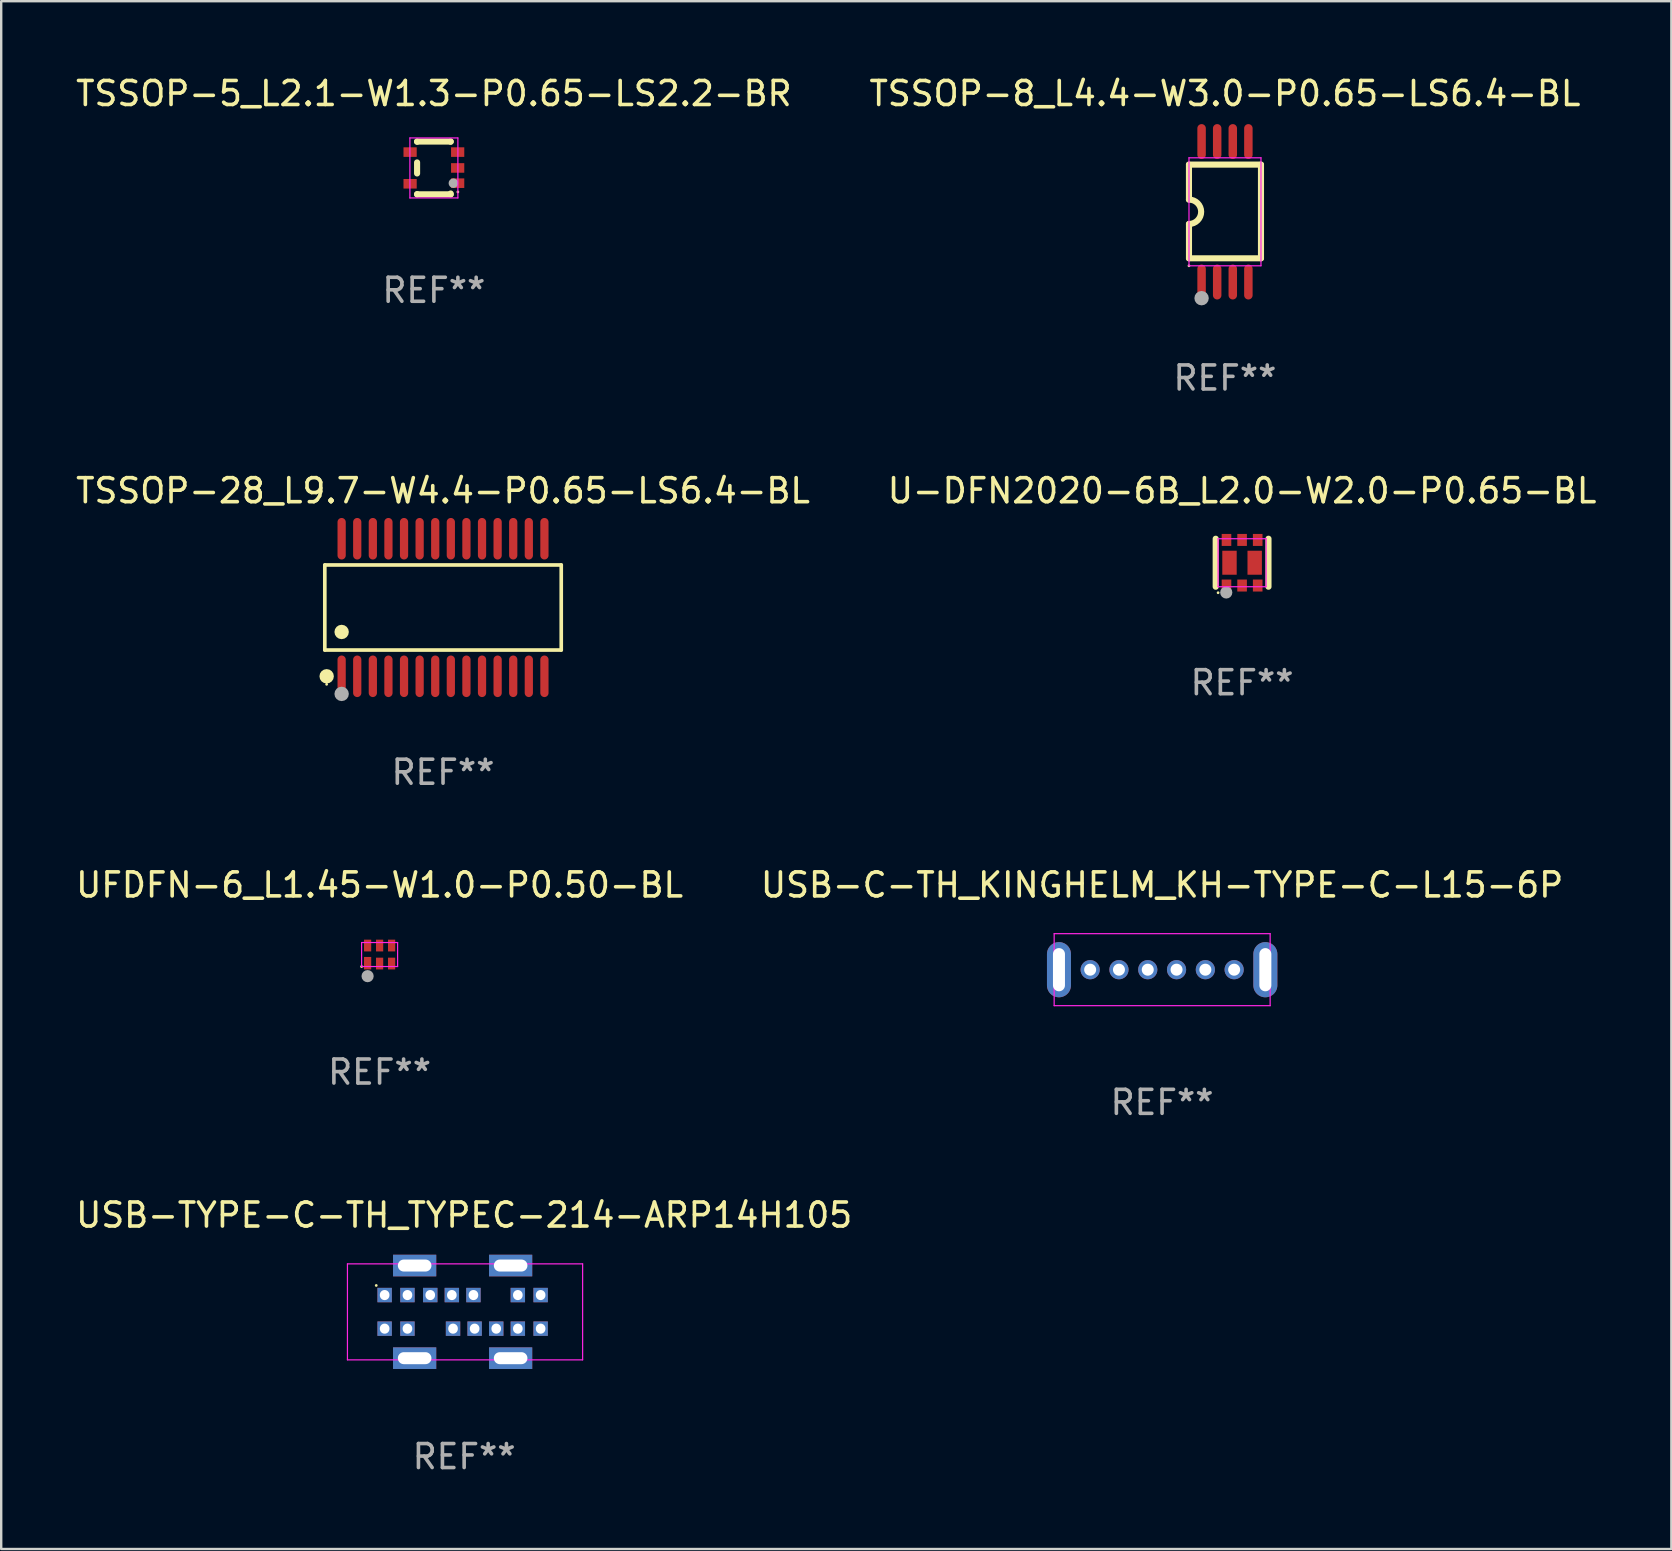
<source format=kicad_pcb>
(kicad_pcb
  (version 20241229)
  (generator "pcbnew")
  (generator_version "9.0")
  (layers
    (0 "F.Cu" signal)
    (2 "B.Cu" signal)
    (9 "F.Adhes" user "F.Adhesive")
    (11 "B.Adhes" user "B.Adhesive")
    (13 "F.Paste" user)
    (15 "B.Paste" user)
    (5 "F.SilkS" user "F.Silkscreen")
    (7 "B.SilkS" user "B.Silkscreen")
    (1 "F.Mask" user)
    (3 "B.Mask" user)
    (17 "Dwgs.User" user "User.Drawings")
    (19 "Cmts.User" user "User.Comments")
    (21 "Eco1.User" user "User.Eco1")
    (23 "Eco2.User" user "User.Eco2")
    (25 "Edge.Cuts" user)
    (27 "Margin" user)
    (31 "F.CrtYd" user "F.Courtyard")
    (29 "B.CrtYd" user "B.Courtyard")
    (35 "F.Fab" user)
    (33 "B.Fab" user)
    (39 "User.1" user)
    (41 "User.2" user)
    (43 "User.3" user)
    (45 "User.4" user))
  (footprint "TSSOP-5_L2.1-W1.3-P0.65-LS2.2-BR"
    (layer "F.Cu")
    (at 15.03 3.948)
    (property "Reference" "TSSOP-5_L2.1-W1.3-P0.65-LS2.2-BR" (at 0 -3.1 0) (layer "F.SilkS") (effects (font (size 1 1) (thickness 0.15))))
    (attr smd)
    (fp_line (start -0.7 -1.1) (end 0.7 -1.1) (stroke (width 0.254) (type solid)) (layer "F.SilkS"))
    (fp_line (start -0.7 -1.091) (end -0.7 -1.1) (stroke (width 0.254) (type solid)) (layer "F.SilkS"))
    (fp_line (start -0.7 0.23) (end -0.7 -0.23) (stroke (width 0.254) (type solid)) (layer "F.SilkS"))
    (fp_line (start -0.7 1.1) (end -0.7 1.09) (stroke (width 0.254) (type solid)) (layer "F.SilkS"))
    (fp_line (start -0.7 1.1) (end 0.7 1.1) (stroke (width 0.254) (type solid)) (layer "F.SilkS"))
    (fp_line (start 0.7 -1.091) (end 0.7 -1.1) (stroke (width 0.254) (type solid)) (layer "F.SilkS"))
    (fp_line (start 0.7 1.1) (end 0.7 1.065) (stroke (width 0.254) (type solid)) (layer "F.SilkS"))
    (fp_circle (center 1 1) (end 1.03 1) (stroke (width 0.06) (type solid)) (fill no) (layer "F.SilkS"))
    (fp_line (start -1 -1.25) (end 1 -1.25) (stroke (width 0.05) (type default)) (layer "F.CrtYd"))
    (fp_line (start -1 1.25) (end -1 -1.25) (stroke (width 0.05) (type default)) (layer "F.CrtYd"))
    (fp_line (start 1 -1.25) (end 1 1.25) (stroke (width 0.05) (type default)) (layer "F.CrtYd"))
    (fp_line (start 1 1.25) (end -1 1.25) (stroke (width 0.05) (type default)) (layer "F.CrtYd"))
    (fp_circle (center 0.813 0.635) (end 0.913 0.635) (stroke (width 0.2) (type solid)) (fill no) (layer "F.Fab"))
    (fp_text user "REF**" (at 0 5.1 0) (layer "F.Fab") (effects (font (size 1 1) (thickness 0.15))))
    (pad "1" smd rect (at 0.991 0.635 270) (size 0.399 0.551) (layers "F.Cu" "F.Mask" "F.Paste"))
    (pad "2" smd rect (at 0.991 0 270) (size 0.399 0.551) (layers "F.Cu" "F.Mask" "F.Paste"))
    (pad "3" smd rect (at 0.991 -0.66 270) (size 0.399 0.551) (layers "F.Cu" "F.Mask" "F.Paste"))
    (pad "4" smd rect (at -0.991 -0.66 270) (size 0.399 0.551) (layers "F.Cu" "F.Mask" "F.Paste"))
    (pad "5" smd rect (at -0.991 0.66 270) (size 0.399 0.551) (layers "F.Cu" "F.Mask" "F.Paste")))
  (footprint "TSSOP-8_L4.4-W3.0-P0.65-LS6.4-BL"
    (layer "F.Cu")
    (at 47.995 5.775)
    (property "Reference" "TSSOP-8_L4.4-W3.0-P0.65-LS6.4-BL" (at -0.001 -4.927 0) (layer "F.SilkS") (effects (font (size 1 1) (thickness 0.15))))
    (attr smd)
    (fp_line (start -1.501 -0.508) (end -1.501 -1.966) (stroke (width 0.254) (type solid)) (layer "F.SilkS"))
    (fp_line (start -1.5 -1.966) (end 1.5 -1.966) (stroke (width 0.254) (type solid)) (layer "F.SilkS"))
    (fp_line (start -1.5 0.508) (end -1.5 1.938) (stroke (width 0.254) (type solid)) (layer "F.SilkS"))
    (fp_line (start -1.5 1.938) (end 1.5 1.938) (stroke (width 0.254) (type solid)) (layer "F.SilkS"))
    (fp_line (start 1.5 -1.966) (end 1.5 1.938) (stroke (width 0.254) (type solid)) (layer "F.SilkS"))
    (fp_arc (start -1.501143 -0.508001) (mid -0.992571 -0.000571) (end -1.500001 0.508001) (stroke (width 0.254001) (type solid)) (layer "F.SilkS"))
    (fp_circle (center -1.5 2.25) (end -1.47 2.25) (stroke (width 0.06) (type solid)) (fill no) (layer "F.SilkS"))
    (fp_line (start -1.5 -2.25) (end 1.5 -2.25) (stroke (width 0.05) (type default)) (layer "F.CrtYd"))
    (fp_line (start -1.5 2.25) (end -1.5 -2.25) (stroke (width 0.05) (type default)) (layer "F.CrtYd"))
    (fp_line (start 1.5 -2.25) (end 1.5 2.25) (stroke (width 0.05) (type default)) (layer "F.CrtYd"))
    (fp_line (start 1.5 2.25) (end -1.5 2.25) (stroke (width 0.05) (type default)) (layer "F.CrtYd"))
    (fp_circle (center -0.975 3.6) (end -0.825 3.6) (stroke (width 0.3) (type solid)) (fill no) (layer "F.Fab"))
    (fp_text user "REF**" (at -0.001 6.927 0) (layer "F.Fab") (effects (font (size 1 1) (thickness 0.15))))
    (pad "1" smd oval (at -0.975 2.927) (size 0.353 1.454) (layers "F.Cu" "F.Mask" "F.Paste"))
    (pad "2" smd oval (at -0.325 2.927) (size 0.353 1.454) (layers "F.Cu" "F.Mask" "F.Paste"))
    (pad "3" smd oval (at 0.325 2.927) (size 0.353 1.454) (layers "F.Cu" "F.Mask" "F.Paste"))
    (pad "4" smd oval (at 0.975 2.927) (size 0.353 1.454) (layers "F.Cu" "F.Mask" "F.Paste"))
    (pad "5" smd oval (at 0.975 -2.927) (size 0.353 1.454) (layers "F.Cu" "F.Mask" "F.Paste"))
    (pad "6" smd oval (at 0.325 -2.927) (size 0.353 1.454) (layers "F.Cu" "F.Mask" "F.Paste"))
    (pad "7" smd oval (at -0.325 -2.927) (size 0.353 1.454) (layers "F.Cu" "F.Mask" "F.Paste"))
    (pad "8" smd oval (at -0.975 -2.927) (size 0.353 1.454) (layers "F.Cu" "F.Mask" "F.Paste")))
  (footprint "USB-C-TH_KINGHELM_KH-TYPE-C-L15-6P"
    (layer "F.Cu")
    (at 45.377 37.357)
    (property "Reference" "USB-C-TH_KINGHELM_KH-TYPE-C-L15-6P" (at -0.003 -3.53 0) (layer "F.SilkS") (effects (font (size 1 1) (thickness 0.15))))
    (attr through_hole)
    (fp_line (start -4.5 -1.5) (end 4.5 -1.5) (stroke (width 0.05) (type default)) (layer "F.CrtYd"))
    (fp_line (start -4.5 1.5) (end -4.5 -1.5) (stroke (width 0.05) (type default)) (layer "F.CrtYd"))
    (fp_line (start 4.5 -1.5) (end 4.5 1.5) (stroke (width 0.05) (type default)) (layer "F.CrtYd"))
    (fp_line (start 4.5 1.5) (end -4.5 1.5) (stroke (width 0.05) (type default)) (layer "F.CrtYd"))
    (fp_text user "REF**" (at -0.003 5.53 0) (layer "F.Fab") (effects (font (size 1 1) (thickness 0.15))))
    (pad "7" thru_hole oval (at 4.3 0) (size 1 2.3) (drill oval 0.5 1.8) (layers "*.Cu" "*.Mask"))
    (pad "8" thru_hole oval (at -4.3 0) (size 1 2.3) (drill oval 0.5 1.8) (layers "*.Cu" "*.Mask"))
    (pad "A5" thru_hole circle (at -0.6 0) (size 0.8 0.8) (drill 0.5) (layers "*.Cu" "*.Mask"))
    (pad "A9" thru_hole circle (at 1.8 0) (size 0.8 0.8) (drill 0.5) (layers "*.Cu" "*.Mask"))
    (pad "A12" thru_hole circle (at 3 0) (size 0.8 0.8) (drill 0.5) (layers "*.Cu" "*.Mask"))
    (pad "B5" thru_hole circle (at 0.6 0) (size 0.8 0.8) (drill 0.5) (layers "*.Cu" "*.Mask"))
    (pad "B9" thru_hole circle (at -1.8 0) (size 0.8 0.8) (drill 0.5) (layers "*.Cu" "*.Mask"))
    (pad "B12" thru_hole circle (at -3 0) (size 0.8 0.8) (drill 0.5) (layers "*.Cu" "*.Mask")))
  (footprint "U-DFN2020-6B_L2.0-W2.0-P0.65-BL"
    (layer "F.Cu")
    (at 48.708 20.399)
    (property "Reference" "U-DFN2020-6B_L2.0-W2.0-P0.65-BL" (at -0.000025 -3 0) (layer "F.SilkS") (effects (font (size 1 1) (thickness 0.15))))
    (attr smd)
    (fp_line (start -1.1 -1) (end -1.1 1) (stroke (width 0.254) (type solid)) (layer "F.SilkS"))
    (fp_line (start 1.1 -1) (end 1.1 1) (stroke (width 0.254) (type solid)) (layer "F.SilkS"))
    (fp_circle (center -1 1.25) (end -0.97 1.25) (stroke (width 0.06) (type solid)) (fill no) (layer "F.SilkS"))
    (fp_line (start -1 -1) (end -1 1) (stroke (width 0.05) (type default)) (layer "F.CrtYd"))
    (fp_line (start -1 1) (end 1 1) (stroke (width 0.05) (type default)) (layer "F.CrtYd"))
    (fp_line (start 1 -1) (end -1 -1) (stroke (width 0.05) (type default)) (layer "F.CrtYd"))
    (fp_line (start 1 1) (end 1 -1) (stroke (width 0.05) (type default)) (layer "F.CrtYd"))
    (fp_circle (center -0.66 1.24) (end -0.533 1.24) (stroke (width 0.254) (type solid)) (fill no) (layer "F.Fab"))
    (fp_text user "REF**" (at -0.000025 5 0) (layer "F.Fab") (effects (font (size 1 1) (thickness 0.15))))
    (pad "1" smd rect (at -0.65 0.95 180) (size 0.4 0.5) (layers "F.Cu" "F.Mask" "F.Paste"))
    (pad "2" smd rect (at 0.000102 0.95 180) (size 0.4 0.5) (layers "F.Cu" "F.Mask" "F.Paste"))
    (pad "3" smd rect (at 0.525 0 180) (size 0.6 1) (layers "F.Cu" "F.Mask" "F.Paste"))
    (pad "3" smd rect (at 0.65 0.95 180) (size 0.4 0.5) (layers "F.Cu" "F.Mask" "F.Paste"))
    (pad "4" smd rect (at 0.65 -0.95 180) (size 0.4 0.5) (layers "F.Cu" "F.Mask" "F.Paste"))
    (pad "5" smd rect (at 0.000102 -0.95 180) (size 0.4 0.5) (layers "F.Cu" "F.Mask" "F.Paste"))
    (pad "6" smd rect (at -0.65 -0.95 180) (size 0.4 0.5) (layers "F.Cu" "F.Mask" "F.Paste"))
    (pad "6" smd rect (at -0.525 0 180) (size 0.6 1) (layers "F.Cu" "F.Mask" "F.Paste")))
  (footprint "UFDFN-6_L1.45-W1.0-P0.50-BL"
    (layer "F.Cu")
    (at 12.768 36.726)
    (property "Reference" "UFDFN-6_L1.45-W1.0-P0.50-BL" (at 0 -2.899 0) (layer "F.SilkS") (effects (font (size 1 1) (thickness 0.15))))
    (attr smd)
    (fp_circle (center -0.75 0.5) (end -0.72 0.5) (stroke (width 0.06) (type solid)) (fill no) (layer "F.SilkS"))
    (fp_line (start -0.75 -0.5) (end -0.75 0.5) (stroke (width 0.05) (type default)) (layer "F.CrtYd"))
    (fp_line (start -0.75 0.5) (end 0.75 0.5) (stroke (width 0.05) (type default)) (layer "F.CrtYd"))
    (fp_line (start 0.75 -0.5) (end -0.75 -0.5) (stroke (width 0.05) (type default)) (layer "F.CrtYd"))
    (fp_line (start 0.75 0.5) (end 0.75 -0.5) (stroke (width 0.05) (type default)) (layer "F.CrtYd"))
    (fp_circle (center -0.5 0.9) (end -0.373 0.9) (stroke (width 0.254) (type solid)) (fill no) (layer "F.Fab"))
    (fp_text user "REF**" (at 0 4.899 0) (layer "F.Fab") (effects (font (size 1 1) (thickness 0.15))))
    (pad "1" smd rect (at -0.5 0.36 90) (size 0.52 0.3) (layers "F.Cu" "F.Mask" "F.Paste"))
    (pad "2" smd rect (at 0 0.375 90) (size 0.49 0.3) (layers "F.Cu" "F.Mask" "F.Paste"))
    (pad "3" smd rect (at 0.5 0.375 90) (size 0.49 0.3) (layers "F.Cu" "F.Mask" "F.Paste"))
    (pad "4" smd rect (at 0.5 -0.375 90) (size 0.49 0.3) (layers "F.Cu" "F.Mask" "F.Paste"))
    (pad "5" smd rect (at 0 -0.375 90) (size 0.49 0.3) (layers "F.Cu" "F.Mask" "F.Paste"))
    (pad "6" smd rect (at -0.5 -0.375 90) (size 0.49 0.3) (layers "F.Cu" "F.Mask" "F.Paste")))
  (footprint "USB-TYPE-C-TH_TYPEC-214-ARP14H105"
    (layer "F.Cu")
    (at 16.228 51.615)
    (property "Reference" "USB-TYPE-C-TH_TYPEC-214-ARP14H105" (at 0.063 -4.032 0) (layer "F.SilkS") (effects (font (size 1 1) (thickness 0.15))))
    (attr through_hole)
    (fp_circle (center -3.6 -1.1) (end -3.57 -1.1) (stroke (width 0.06) (type solid)) (fill no) (layer "F.SilkS"))
    (fp_line (start -4.8 -2) (end 5 -2) (stroke (width 0.05) (type default)) (layer "F.CrtYd"))
    (fp_line (start -4.8 2) (end -4.8 -2) (stroke (width 0.05) (type default)) (layer "F.CrtYd"))
    (fp_line (start 5 -2) (end 5 2) (stroke (width 0.05) (type default)) (layer "F.CrtYd"))
    (fp_line (start 5 2) (end -4.8 2) (stroke (width 0.05) (type default)) (layer "F.CrtYd"))
    (fp_text user "REF**" (at 0.063 6.032 0) (layer "F.Fab") (effects (font (size 1 1) (thickness 0.15))))
    (pad "0" thru_hole rect (at -2 -1.93) (size 1.8 0.9) (drill oval 1.4 0.5) (layers "*.Cu" "*.Mask"))
    (pad "0" thru_hole rect (at -2 1.93) (size 1.8 0.9) (drill oval 1.4 0.5) (layers "*.Cu" "*.Mask"))
    (pad "0" thru_hole rect (at 2 -1.93) (size 1.8 0.9) (drill oval 1.4 0.5) (layers "*.Cu" "*.Mask"))
    (pad "0" thru_hole rect (at 2 1.93) (size 1.8 0.9) (drill oval 1.4 0.5) (layers "*.Cu" "*.Mask"))
    (pad "A1" thru_hole rect (at -3.25 -0.7) (size 0.6 0.6) (drill oval 0.4 0.42) (layers "*.Cu" "*.Mask"))
    (pad "A4" thru_hole rect (at -2.3 -0.7) (size 0.6 0.6) (drill oval 0.4 0.42) (layers "*.Cu" "*.Mask"))
    (pad "A5" thru_hole rect (at -1.35 -0.7) (size 0.6 0.6) (drill oval 0.4 0.42) (layers "*.Cu" "*.Mask"))
    (pad "A6" thru_hole rect (at -0.45 -0.7) (size 0.6 0.6) (drill oval 0.4 0.42) (layers "*.Cu" "*.Mask"))
    (pad "A7" thru_hole rect (at 0.45 -0.7) (size 0.6 0.6) (drill oval 0.4 0.42) (layers "*.Cu" "*.Mask"))
    (pad "A9" thru_hole rect (at 2.3 -0.7) (size 0.6 0.6) (drill oval 0.4 0.42) (layers "*.Cu" "*.Mask"))
    (pad "A12" thru_hole rect (at 3.25 -0.7) (size 0.6 0.6) (drill oval 0.4 0.42) (layers "*.Cu" "*.Mask"))
    (pad "B1" thru_hole rect (at 3.25 0.7) (size 0.6 0.6) (drill oval 0.4 0.42) (layers "*.Cu" "*.Mask"))
    (pad "B4" thru_hole rect (at 2.3 0.7) (size 0.6 0.6) (drill oval 0.4 0.42) (layers "*.Cu" "*.Mask"))
    (pad "B5" thru_hole rect (at 1.4 0.7) (size 0.6 0.6) (drill oval 0.4 0.42) (layers "*.Cu" "*.Mask"))
    (pad "B6" thru_hole rect (at 0.5 0.7) (size 0.6 0.6) (drill oval 0.4 0.42) (layers "*.Cu" "*.Mask"))
    (pad "B7" thru_hole rect (at -0.4 0.7) (size 0.6 0.6) (drill oval 0.4 0.42) (layers "*.Cu" "*.Mask"))
    (pad "B9" thru_hole rect (at -2.3 0.7) (size 0.6 0.6) (drill oval 0.4 0.42) (layers "*.Cu" "*.Mask"))
    (pad "B12" thru_hole rect (at -3.25 0.7) (size 0.6 0.6) (drill oval 0.4 0.42) (layers "*.Cu" "*.Mask")))
  (footprint "TSSOP-28_L9.7-W4.4-P0.65-LS6.4-BL"
    (layer "F.Cu")
    (at 15.411 22.265)
    (property "Reference" "TSSOP-28_L9.7-W4.4-P0.65-LS6.4-BL" (at 0 -4.866 0) (layer "F.SilkS") (effects (font (size 1 1) (thickness 0.15))))
    (attr smd)
    (fp_line (start -4.926 -1.772) (end 4.926 -1.772) (stroke (width 0.152) (type solid)) (layer "F.SilkS"))
    (fp_line (start -4.926 1.771) (end -4.926 -1.772) (stroke (width 0.152) (type solid)) (layer "F.SilkS"))
    (fp_line (start 4.926 -1.772) (end 4.926 1.771) (stroke (width 0.152) (type solid)) (layer "F.SilkS"))
    (fp_line (start 4.926 1.771) (end -4.926 1.771) (stroke (width 0.152) (type solid)) (layer "F.SilkS"))
    (fp_circle (center -4.85 3.2) (end -4.82 3.2) (stroke (width 0.06) (type solid)) (fill no) (layer "F.SilkS"))
    (fp_circle (center -4.849 2.866) (end -4.699 2.866) (stroke (width 0.3) (type solid)) (fill no) (layer "F.SilkS"))
    (fp_circle (center -4.225 1.019) (end -4.075 1.019) (stroke (width 0.3) (type solid)) (fill no) (layer "F.SilkS"))
    (fp_circle (center -4.225 3.6) (end -4.075 3.6) (stroke (width 0.3) (type solid)) (fill no) (layer "F.Fab"))
    (fp_text user "REF**" (at 0 6.866 0) (layer "F.Fab") (effects (font (size 1 1) (thickness 0.15))))
    (pad "1" smd oval (at -4.225 2.866) (size 0.343 1.731) (layers "F.Cu" "F.Mask" "F.Paste"))
    (pad "2" smd oval (at -3.575 2.866) (size 0.343 1.731) (layers "F.Cu" "F.Mask" "F.Paste"))
    (pad "3" smd oval (at -2.925 2.866) (size 0.343 1.731) (layers "F.Cu" "F.Mask" "F.Paste"))
    (pad "4" smd oval (at -2.275 2.866) (size 0.343 1.731) (layers "F.Cu" "F.Mask" "F.Paste"))
    (pad "5" smd oval (at -1.625 2.866) (size 0.343 1.731) (layers "F.Cu" "F.Mask" "F.Paste"))
    (pad "6" smd oval (at -0.975 2.866) (size 0.343 1.731) (layers "F.Cu" "F.Mask" "F.Paste"))
    (pad "7" smd oval (at -0.325 2.866) (size 0.343 1.731) (layers "F.Cu" "F.Mask" "F.Paste"))
    (pad "8" smd oval (at 0.325 2.866) (size 0.343 1.731) (layers "F.Cu" "F.Mask" "F.Paste"))
    (pad "9" smd oval (at 0.975 2.866) (size 0.343 1.731) (layers "F.Cu" "F.Mask" "F.Paste"))
    (pad "10" smd oval (at 1.625 2.866) (size 0.343 1.731) (layers "F.Cu" "F.Mask" "F.Paste"))
    (pad "11" smd oval (at 2.275 2.866) (size 0.343 1.731) (layers "F.Cu" "F.Mask" "F.Paste"))
    (pad "12" smd oval (at 2.925 2.866) (size 0.343 1.731) (layers "F.Cu" "F.Mask" "F.Paste"))
    (pad "13" smd oval (at 3.575 2.866) (size 0.343 1.731) (layers "F.Cu" "F.Mask" "F.Paste"))
    (pad "14" smd oval (at 4.225 2.866) (size 0.343 1.731) (layers "F.Cu" "F.Mask" "F.Paste"))
    (pad "15" smd oval (at 4.225 -2.866) (size 0.343 1.731) (layers "F.Cu" "F.Mask" "F.Paste"))
    (pad "16" smd oval (at 3.575 -2.866) (size 0.343 1.731) (layers "F.Cu" "F.Mask" "F.Paste"))
    (pad "17" smd oval (at 2.925 -2.866) (size 0.343 1.731) (layers "F.Cu" "F.Mask" "F.Paste"))
    (pad "18" smd oval (at 2.275 -2.866) (size 0.343 1.731) (layers "F.Cu" "F.Mask" "F.Paste"))
    (pad "19" smd oval (at 1.625 -2.866) (size 0.343 1.731) (layers "F.Cu" "F.Mask" "F.Paste"))
    (pad "20" smd oval (at 0.975 -2.866) (size 0.343 1.731) (layers "F.Cu" "F.Mask" "F.Paste"))
    (pad "21" smd oval (at 0.325 -2.866) (size 0.343 1.731) (layers "F.Cu" "F.Mask" "F.Paste"))
    (pad "22" smd oval (at -0.325 -2.866) (size 0.343 1.731) (layers "F.Cu" "F.Mask" "F.Paste"))
    (pad "23" smd oval (at -0.975 -2.866) (size 0.343 1.731) (layers "F.Cu" "F.Mask" "F.Paste"))
    (pad "24" smd oval (at -1.625 -2.866) (size 0.343 1.731) (layers "F.Cu" "F.Mask" "F.Paste"))
    (pad "25" smd oval (at -2.275 -2.866) (size 0.343 1.731) (layers "F.Cu" "F.Mask" "F.Paste"))
    (pad "26" smd oval (at -2.925 -2.866) (size 0.343 1.731) (layers "F.Cu" "F.Mask" "F.Paste"))
    (pad "27" smd oval (at -3.575 -2.866) (size 0.343 1.731) (layers "F.Cu" "F.Mask" "F.Paste"))
    (pad "28" smd oval (at -4.225 -2.866) (size 0.343 1.731) (layers "F.Cu" "F.Mask" "F.Paste")))
  (gr_rect
    (start -3 -3)
    (end 66.595 61.496)
    (stroke (width 0.1) (type default))
    (fill no)
    (layer "Edge.Cuts")))
</source>
